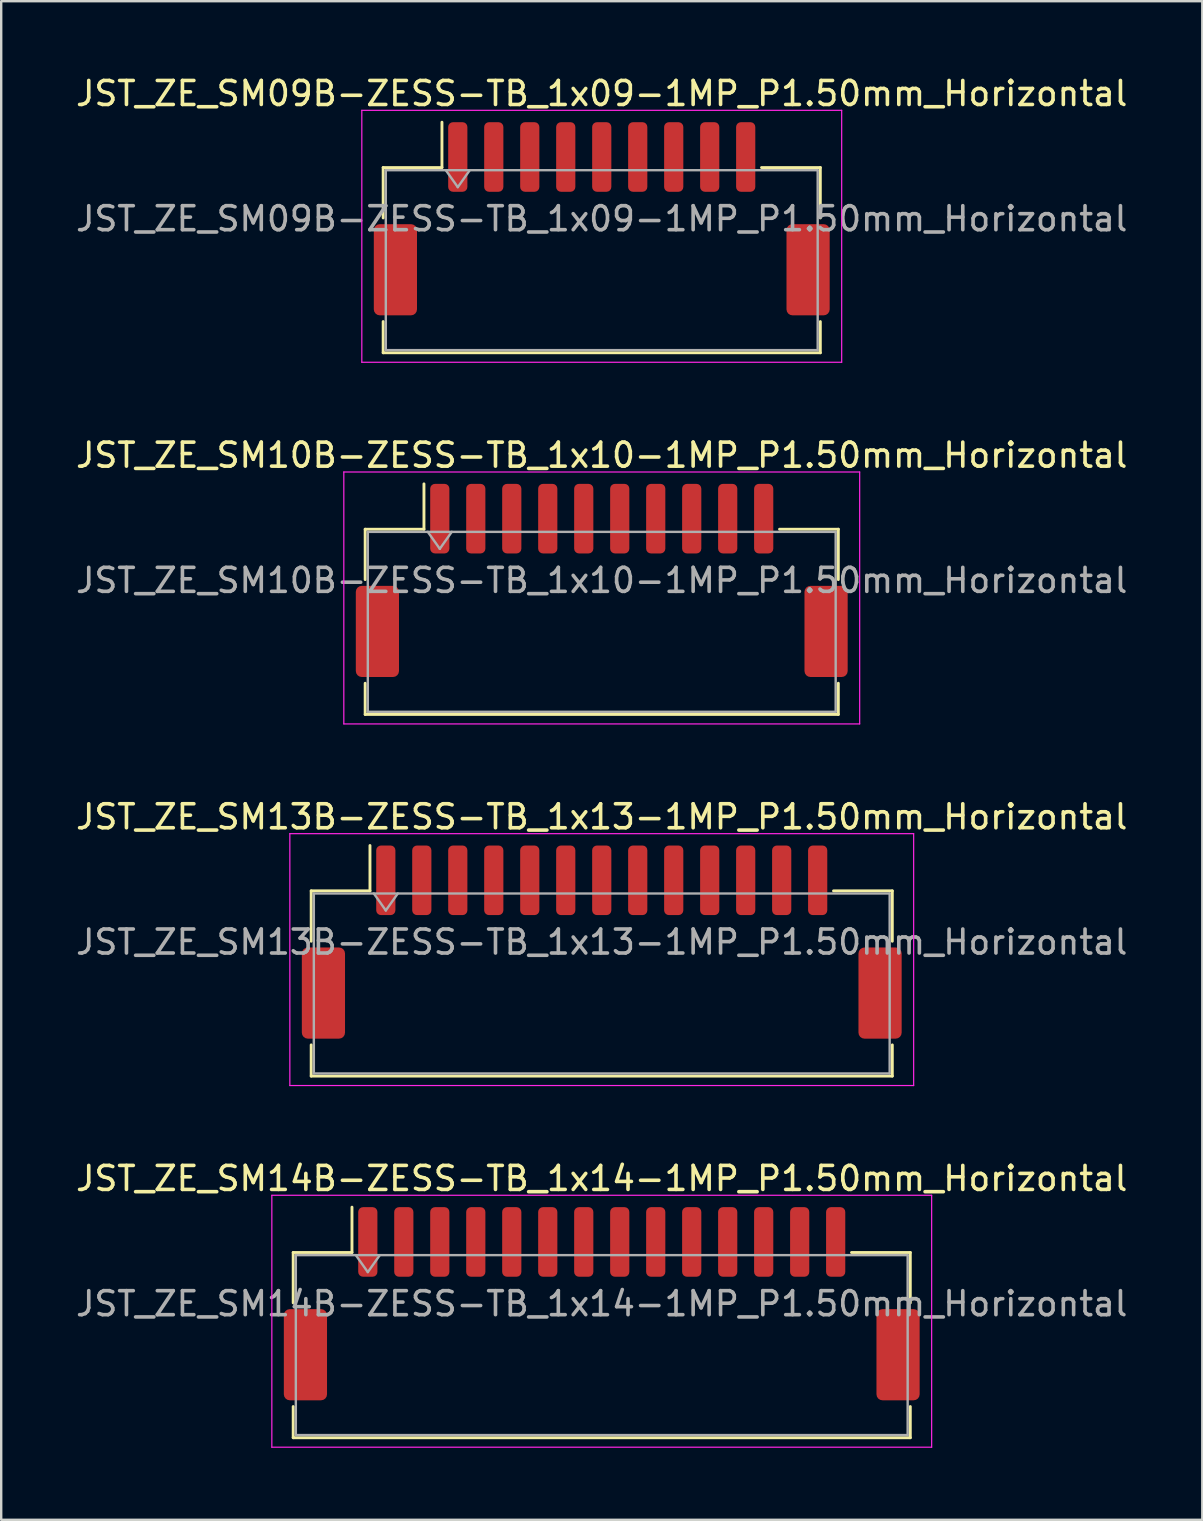
<source format=kicad_pcb>
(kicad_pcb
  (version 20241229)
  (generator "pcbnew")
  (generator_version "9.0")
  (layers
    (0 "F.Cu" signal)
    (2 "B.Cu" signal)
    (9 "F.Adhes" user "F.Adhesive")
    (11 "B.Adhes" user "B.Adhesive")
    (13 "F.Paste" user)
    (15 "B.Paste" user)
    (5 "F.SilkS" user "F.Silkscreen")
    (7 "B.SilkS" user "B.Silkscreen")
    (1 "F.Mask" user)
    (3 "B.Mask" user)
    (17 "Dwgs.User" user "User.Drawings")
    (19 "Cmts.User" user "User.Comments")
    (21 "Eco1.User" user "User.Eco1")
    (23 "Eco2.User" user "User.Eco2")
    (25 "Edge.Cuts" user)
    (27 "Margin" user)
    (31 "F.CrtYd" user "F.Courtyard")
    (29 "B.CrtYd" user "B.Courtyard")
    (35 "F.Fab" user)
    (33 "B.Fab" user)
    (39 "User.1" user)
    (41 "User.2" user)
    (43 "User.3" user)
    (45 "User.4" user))
  (footprint "JST_ZE_SM10B-ZESS-TB_1x10-1MP_P1.50mm_Horizontal"
    (layer "F.Cu")
    (at 22.03 21.142)
    (property "Reference" "JST_ZE_SM10B-ZESS-TB_1x10-1MP_P1.50mm_Horizontal" (at 0 -5.22 0) (layer "F.SilkS") (effects (font (size 1 1) (thickness 0.15))))
    (attr smd)
    (fp_line (start -9.86 -2.135) (end -7.41 -2.135) (stroke (width 0.12) (type solid)) (layer "F.SilkS"))
    (fp_line (start -9.86 -0.035) (end -9.86 -2.135) (stroke (width 0.12) (type solid)) (layer "F.SilkS"))
    (fp_line (start -9.86 4.285) (end -9.86 5.585) (stroke (width 0.12) (type solid)) (layer "F.SilkS"))
    (fp_line (start -9.86 5.585) (end 9.86 5.585) (stroke (width 0.12) (type solid)) (layer "F.SilkS"))
    (fp_line (start -7.41 -2.135) (end -7.41 -4.025) (stroke (width 0.12) (type solid)) (layer "F.SilkS"))
    (fp_line (start 9.86 -2.135) (end 7.41 -2.135) (stroke (width 0.12) (type solid)) (layer "F.SilkS"))
    (fp_line (start 9.86 -0.035) (end 9.86 -2.135) (stroke (width 0.12) (type solid)) (layer "F.SilkS"))
    (fp_line (start 9.86 5.585) (end 9.86 4.285) (stroke (width 0.12) (type solid)) (layer "F.SilkS"))
    (fp_line (start -10.75 -4.52) (end -10.75 5.98) (stroke (width 0.05) (type solid)) (layer "F.CrtYd"))
    (fp_line (start -10.75 5.98) (end 10.75 5.98) (stroke (width 0.05) (type solid)) (layer "F.CrtYd"))
    (fp_line (start 10.75 -4.52) (end -10.75 -4.52) (stroke (width 0.05) (type solid)) (layer "F.CrtYd"))
    (fp_line (start 10.75 5.98) (end 10.75 -4.52) (stroke (width 0.05) (type solid)) (layer "F.CrtYd"))
    (fp_line (start -9.75 -2.025) (end -9.75 5.475) (stroke (width 0.1) (type solid)) (layer "F.Fab"))
    (fp_line (start -9.75 -2.025) (end 9.75 -2.025) (stroke (width 0.1) (type solid)) (layer "F.Fab"))
    (fp_line (start -9.75 5.475) (end 9.75 5.475) (stroke (width 0.1) (type solid)) (layer "F.Fab"))
    (fp_line (start -7.25 -2.025) (end -6.75 -1.318) (stroke (width 0.1) (type solid)) (layer "F.Fab"))
    (fp_line (start -6.75 -1.318) (end -6.25 -2.025) (stroke (width 0.1) (type solid)) (layer "F.Fab"))
    (fp_line (start 9.75 -2.025) (end 9.75 5.475) (stroke (width 0.1) (type solid)) (layer "F.Fab"))
    (fp_text user "${REFERENCE}" (at 0 0 0) (layer "F.Fab") (effects (font (size 1 1) (thickness 0.15))))
    (pad "1" smd roundrect (at -6.75 -2.575) (size 0.8 2.9) (layers "F.Cu" "F.Mask" "F.Paste") (roundrect_rratio 0.25))
    (pad "2" smd roundrect (at -5.25 -2.575) (size 0.8 2.9) (layers "F.Cu" "F.Mask" "F.Paste") (roundrect_rratio 0.25))
    (pad "3" smd roundrect (at -3.75 -2.575) (size 0.8 2.9) (layers "F.Cu" "F.Mask" "F.Paste") (roundrect_rratio 0.25))
    (pad "4" smd roundrect (at -2.25 -2.575) (size 0.8 2.9) (layers "F.Cu" "F.Mask" "F.Paste") (roundrect_rratio 0.25))
    (pad "5" smd roundrect (at -0.75 -2.575) (size 0.8 2.9) (layers "F.Cu" "F.Mask" "F.Paste") (roundrect_rratio 0.25))
    (pad "6" smd roundrect (at 0.75 -2.575) (size 0.8 2.9) (layers "F.Cu" "F.Mask" "F.Paste") (roundrect_rratio 0.25))
    (pad "7" smd roundrect (at 2.25 -2.575) (size 0.8 2.9) (layers "F.Cu" "F.Mask" "F.Paste") (roundrect_rratio 0.25))
    (pad "8" smd roundrect (at 3.75 -2.575) (size 0.8 2.9) (layers "F.Cu" "F.Mask" "F.Paste") (roundrect_rratio 0.25))
    (pad "9" smd roundrect (at 5.25 -2.575) (size 0.8 2.9) (layers "F.Cu" "F.Mask" "F.Paste") (roundrect_rratio 0.25))
    (pad "10" smd roundrect (at 6.75 -2.575) (size 0.8 2.9) (layers "F.Cu" "F.Mask" "F.Paste") (roundrect_rratio 0.25))
    (pad "MP" smd roundrect (at -9.35 2.125) (size 1.8 3.8) (layers "F.Cu" "F.Mask" "F.Paste") (roundrect_rratio 0.139))
    (pad "MP" smd roundrect (at 9.35 2.125) (size 1.8 3.8) (layers "F.Cu" "F.Mask" "F.Paste") (roundrect_rratio 0.139)))
  (footprint "JST_ZE_SM13B-ZESS-TB_1x13-1MP_P1.50mm_Horizontal"
    (layer "F.Cu")
    (at 22.03 36.215)
    (property "Reference" "JST_ZE_SM13B-ZESS-TB_1x13-1MP_P1.50mm_Horizontal" (at 0 -5.22 0) (layer "F.SilkS") (effects (font (size 1 1) (thickness 0.15))))
    (attr smd)
    (fp_line (start -12.11 -2.135) (end -9.66 -2.135) (stroke (width 0.12) (type solid)) (layer "F.SilkS"))
    (fp_line (start -12.11 -0.035) (end -12.11 -2.135) (stroke (width 0.12) (type solid)) (layer "F.SilkS"))
    (fp_line (start -12.11 4.285) (end -12.11 5.585) (stroke (width 0.12) (type solid)) (layer "F.SilkS"))
    (fp_line (start -12.11 5.585) (end 12.11 5.585) (stroke (width 0.12) (type solid)) (layer "F.SilkS"))
    (fp_line (start -9.66 -2.135) (end -9.66 -4.025) (stroke (width 0.12) (type solid)) (layer "F.SilkS"))
    (fp_line (start 12.11 -2.135) (end 9.66 -2.135) (stroke (width 0.12) (type solid)) (layer "F.SilkS"))
    (fp_line (start 12.11 -0.035) (end 12.11 -2.135) (stroke (width 0.12) (type solid)) (layer "F.SilkS"))
    (fp_line (start 12.11 5.585) (end 12.11 4.285) (stroke (width 0.12) (type solid)) (layer "F.SilkS"))
    (fp_line (start -13 -4.52) (end -13 5.98) (stroke (width 0.05) (type solid)) (layer "F.CrtYd"))
    (fp_line (start -13 5.98) (end 13 5.98) (stroke (width 0.05) (type solid)) (layer "F.CrtYd"))
    (fp_line (start 13 -4.52) (end -13 -4.52) (stroke (width 0.05) (type solid)) (layer "F.CrtYd"))
    (fp_line (start 13 5.98) (end 13 -4.52) (stroke (width 0.05) (type solid)) (layer "F.CrtYd"))
    (fp_line (start -12 -2.025) (end -12 5.475) (stroke (width 0.1) (type solid)) (layer "F.Fab"))
    (fp_line (start -12 -2.025) (end 12 -2.025) (stroke (width 0.1) (type solid)) (layer "F.Fab"))
    (fp_line (start -12 5.475) (end 12 5.475) (stroke (width 0.1) (type solid)) (layer "F.Fab"))
    (fp_line (start -9.5 -2.025) (end -9 -1.318) (stroke (width 0.1) (type solid)) (layer "F.Fab"))
    (fp_line (start -9 -1.318) (end -8.5 -2.025) (stroke (width 0.1) (type solid)) (layer "F.Fab"))
    (fp_line (start 12 -2.025) (end 12 5.475) (stroke (width 0.1) (type solid)) (layer "F.Fab"))
    (fp_text user "${REFERENCE}" (at 0 0 0) (layer "F.Fab") (effects (font (size 1 1) (thickness 0.15))))
    (pad "1" smd roundrect (at -9 -2.575) (size 0.8 2.9) (layers "F.Cu" "F.Mask" "F.Paste") (roundrect_rratio 0.25))
    (pad "2" smd roundrect (at -7.5 -2.575) (size 0.8 2.9) (layers "F.Cu" "F.Mask" "F.Paste") (roundrect_rratio 0.25))
    (pad "3" smd roundrect (at -6 -2.575) (size 0.8 2.9) (layers "F.Cu" "F.Mask" "F.Paste") (roundrect_rratio 0.25))
    (pad "4" smd roundrect (at -4.5 -2.575) (size 0.8 2.9) (layers "F.Cu" "F.Mask" "F.Paste") (roundrect_rratio 0.25))
    (pad "5" smd roundrect (at -3 -2.575) (size 0.8 2.9) (layers "F.Cu" "F.Mask" "F.Paste") (roundrect_rratio 0.25))
    (pad "6" smd roundrect (at -1.5 -2.575) (size 0.8 2.9) (layers "F.Cu" "F.Mask" "F.Paste") (roundrect_rratio 0.25))
    (pad "7" smd roundrect (at 0 -2.575) (size 0.8 2.9) (layers "F.Cu" "F.Mask" "F.Paste") (roundrect_rratio 0.25))
    (pad "8" smd roundrect (at 1.5 -2.575) (size 0.8 2.9) (layers "F.Cu" "F.Mask" "F.Paste") (roundrect_rratio 0.25))
    (pad "9" smd roundrect (at 3 -2.575) (size 0.8 2.9) (layers "F.Cu" "F.Mask" "F.Paste") (roundrect_rratio 0.25))
    (pad "10" smd roundrect (at 4.5 -2.575) (size 0.8 2.9) (layers "F.Cu" "F.Mask" "F.Paste") (roundrect_rratio 0.25))
    (pad "11" smd roundrect (at 6 -2.575) (size 0.8 2.9) (layers "F.Cu" "F.Mask" "F.Paste") (roundrect_rratio 0.25))
    (pad "12" smd roundrect (at 7.5 -2.575) (size 0.8 2.9) (layers "F.Cu" "F.Mask" "F.Paste") (roundrect_rratio 0.25))
    (pad "13" smd roundrect (at 9 -2.575) (size 0.8 2.9) (layers "F.Cu" "F.Mask" "F.Paste") (roundrect_rratio 0.25))
    (pad "MP" smd roundrect (at -11.6 2.125) (size 1.8 3.8) (layers "F.Cu" "F.Mask" "F.Paste") (roundrect_rratio 0.139))
    (pad "MP" smd roundrect (at 11.6 2.125) (size 1.8 3.8) (layers "F.Cu" "F.Mask" "F.Paste") (roundrect_rratio 0.139)))
  (footprint "JST_ZE_SM14B-ZESS-TB_1x14-1MP_P1.50mm_Horizontal"
    (layer "F.Cu")
    (at 22.03 51.288)
    (property "Reference" "JST_ZE_SM14B-ZESS-TB_1x14-1MP_P1.50mm_Horizontal" (at 0 -5.22 0) (layer "F.SilkS") (effects (font (size 1 1) (thickness 0.15))))
    (attr smd)
    (fp_line (start -12.86 -2.135) (end -10.41 -2.135) (stroke (width 0.12) (type solid)) (layer "F.SilkS"))
    (fp_line (start -12.86 -0.035) (end -12.86 -2.135) (stroke (width 0.12) (type solid)) (layer "F.SilkS"))
    (fp_line (start -12.86 4.285) (end -12.86 5.585) (stroke (width 0.12) (type solid)) (layer "F.SilkS"))
    (fp_line (start -12.86 5.585) (end 12.86 5.585) (stroke (width 0.12) (type solid)) (layer "F.SilkS"))
    (fp_line (start -10.41 -2.135) (end -10.41 -4.025) (stroke (width 0.12) (type solid)) (layer "F.SilkS"))
    (fp_line (start 12.86 -2.135) (end 10.41 -2.135) (stroke (width 0.12) (type solid)) (layer "F.SilkS"))
    (fp_line (start 12.86 -0.035) (end 12.86 -2.135) (stroke (width 0.12) (type solid)) (layer "F.SilkS"))
    (fp_line (start 12.86 5.585) (end 12.86 4.285) (stroke (width 0.12) (type solid)) (layer "F.SilkS"))
    (fp_line (start -13.75 -4.52) (end -13.75 5.98) (stroke (width 0.05) (type solid)) (layer "F.CrtYd"))
    (fp_line (start -13.75 5.98) (end 13.75 5.98) (stroke (width 0.05) (type solid)) (layer "F.CrtYd"))
    (fp_line (start 13.75 -4.52) (end -13.75 -4.52) (stroke (width 0.05) (type solid)) (layer "F.CrtYd"))
    (fp_line (start 13.75 5.98) (end 13.75 -4.52) (stroke (width 0.05) (type solid)) (layer "F.CrtYd"))
    (fp_line (start -12.75 -2.025) (end -12.75 5.475) (stroke (width 0.1) (type solid)) (layer "F.Fab"))
    (fp_line (start -12.75 -2.025) (end 12.75 -2.025) (stroke (width 0.1) (type solid)) (layer "F.Fab"))
    (fp_line (start -12.75 5.475) (end 12.75 5.475) (stroke (width 0.1) (type solid)) (layer "F.Fab"))
    (fp_line (start -10.25 -2.025) (end -9.75 -1.318) (stroke (width 0.1) (type solid)) (layer "F.Fab"))
    (fp_line (start -9.75 -1.318) (end -9.25 -2.025) (stroke (width 0.1) (type solid)) (layer "F.Fab"))
    (fp_line (start 12.75 -2.025) (end 12.75 5.475) (stroke (width 0.1) (type solid)) (layer "F.Fab"))
    (fp_text user "${REFERENCE}" (at 0 0 0) (layer "F.Fab") (effects (font (size 1 1) (thickness 0.15))))
    (pad "1" smd roundrect (at -9.75 -2.575) (size 0.8 2.9) (layers "F.Cu" "F.Mask" "F.Paste") (roundrect_rratio 0.25))
    (pad "2" smd roundrect (at -8.25 -2.575) (size 0.8 2.9) (layers "F.Cu" "F.Mask" "F.Paste") (roundrect_rratio 0.25))
    (pad "3" smd roundrect (at -6.75 -2.575) (size 0.8 2.9) (layers "F.Cu" "F.Mask" "F.Paste") (roundrect_rratio 0.25))
    (pad "4" smd roundrect (at -5.25 -2.575) (size 0.8 2.9) (layers "F.Cu" "F.Mask" "F.Paste") (roundrect_rratio 0.25))
    (pad "5" smd roundrect (at -3.75 -2.575) (size 0.8 2.9) (layers "F.Cu" "F.Mask" "F.Paste") (roundrect_rratio 0.25))
    (pad "6" smd roundrect (at -2.25 -2.575) (size 0.8 2.9) (layers "F.Cu" "F.Mask" "F.Paste") (roundrect_rratio 0.25))
    (pad "7" smd roundrect (at -0.75 -2.575) (size 0.8 2.9) (layers "F.Cu" "F.Mask" "F.Paste") (roundrect_rratio 0.25))
    (pad "8" smd roundrect (at 0.75 -2.575) (size 0.8 2.9) (layers "F.Cu" "F.Mask" "F.Paste") (roundrect_rratio 0.25))
    (pad "9" smd roundrect (at 2.25 -2.575) (size 0.8 2.9) (layers "F.Cu" "F.Mask" "F.Paste") (roundrect_rratio 0.25))
    (pad "10" smd roundrect (at 3.75 -2.575) (size 0.8 2.9) (layers "F.Cu" "F.Mask" "F.Paste") (roundrect_rratio 0.25))
    (pad "11" smd roundrect (at 5.25 -2.575) (size 0.8 2.9) (layers "F.Cu" "F.Mask" "F.Paste") (roundrect_rratio 0.25))
    (pad "12" smd roundrect (at 6.75 -2.575) (size 0.8 2.9) (layers "F.Cu" "F.Mask" "F.Paste") (roundrect_rratio 0.25))
    (pad "13" smd roundrect (at 8.25 -2.575) (size 0.8 2.9) (layers "F.Cu" "F.Mask" "F.Paste") (roundrect_rratio 0.25))
    (pad "14" smd roundrect (at 9.75 -2.575) (size 0.8 2.9) (layers "F.Cu" "F.Mask" "F.Paste") (roundrect_rratio 0.25))
    (pad "MP" smd roundrect (at -12.35 2.125) (size 1.8 3.8) (layers "F.Cu" "F.Mask" "F.Paste") (roundrect_rratio 0.139))
    (pad "MP" smd roundrect (at 12.35 2.125) (size 1.8 3.8) (layers "F.Cu" "F.Mask" "F.Paste") (roundrect_rratio 0.139)))
  (footprint "JST_ZE_SM09B-ZESS-TB_1x09-1MP_P1.50mm_Horizontal"
    (layer "F.Cu")
    (at 22.03 6.068)
    (property "Reference" "JST_ZE_SM09B-ZESS-TB_1x09-1MP_P1.50mm_Horizontal" (at 0 -5.22 0) (layer "F.SilkS") (effects (font (size 1 1) (thickness 0.15))))
    (attr smd)
    (fp_line (start -9.11 -2.135) (end -6.66 -2.135) (stroke (width 0.12) (type solid)) (layer "F.SilkS"))
    (fp_line (start -9.11 -0.035) (end -9.11 -2.135) (stroke (width 0.12) (type solid)) (layer "F.SilkS"))
    (fp_line (start -9.11 4.285) (end -9.11 5.585) (stroke (width 0.12) (type solid)) (layer "F.SilkS"))
    (fp_line (start -9.11 5.585) (end 9.11 5.585) (stroke (width 0.12) (type solid)) (layer "F.SilkS"))
    (fp_line (start -6.66 -2.135) (end -6.66 -4.025) (stroke (width 0.12) (type solid)) (layer "F.SilkS"))
    (fp_line (start 9.11 -2.135) (end 6.66 -2.135) (stroke (width 0.12) (type solid)) (layer "F.SilkS"))
    (fp_line (start 9.11 -0.035) (end 9.11 -2.135) (stroke (width 0.12) (type solid)) (layer "F.SilkS"))
    (fp_line (start 9.11 5.585) (end 9.11 4.285) (stroke (width 0.12) (type solid)) (layer "F.SilkS"))
    (fp_line (start -10 -4.52) (end -10 5.98) (stroke (width 0.05) (type solid)) (layer "F.CrtYd"))
    (fp_line (start -10 5.98) (end 10 5.98) (stroke (width 0.05) (type solid)) (layer "F.CrtYd"))
    (fp_line (start 10 -4.52) (end -10 -4.52) (stroke (width 0.05) (type solid)) (layer "F.CrtYd"))
    (fp_line (start 10 5.98) (end 10 -4.52) (stroke (width 0.05) (type solid)) (layer "F.CrtYd"))
    (fp_line (start -9 -2.025) (end -9 5.475) (stroke (width 0.1) (type solid)) (layer "F.Fab"))
    (fp_line (start -9 -2.025) (end 9 -2.025) (stroke (width 0.1) (type solid)) (layer "F.Fab"))
    (fp_line (start -9 5.475) (end 9 5.475) (stroke (width 0.1) (type solid)) (layer "F.Fab"))
    (fp_line (start -6.5 -2.025) (end -6 -1.318) (stroke (width 0.1) (type solid)) (layer "F.Fab"))
    (fp_line (start -6 -1.318) (end -5.5 -2.025) (stroke (width 0.1) (type solid)) (layer "F.Fab"))
    (fp_line (start 9 -2.025) (end 9 5.475) (stroke (width 0.1) (type solid)) (layer "F.Fab"))
    (fp_text user "${REFERENCE}" (at 0 0 0) (layer "F.Fab") (effects (font (size 1 1) (thickness 0.15))))
    (pad "1" smd roundrect (at -6 -2.575) (size 0.8 2.9) (layers "F.Cu" "F.Mask" "F.Paste") (roundrect_rratio 0.25))
    (pad "2" smd roundrect (at -4.5 -2.575) (size 0.8 2.9) (layers "F.Cu" "F.Mask" "F.Paste") (roundrect_rratio 0.25))
    (pad "3" smd roundrect (at -3 -2.575) (size 0.8 2.9) (layers "F.Cu" "F.Mask" "F.Paste") (roundrect_rratio 0.25))
    (pad "4" smd roundrect (at -1.5 -2.575) (size 0.8 2.9) (layers "F.Cu" "F.Mask" "F.Paste") (roundrect_rratio 0.25))
    (pad "5" smd roundrect (at 0 -2.575) (size 0.8 2.9) (layers "F.Cu" "F.Mask" "F.Paste") (roundrect_rratio 0.25))
    (pad "6" smd roundrect (at 1.5 -2.575) (size 0.8 2.9) (layers "F.Cu" "F.Mask" "F.Paste") (roundrect_rratio 0.25))
    (pad "7" smd roundrect (at 3 -2.575) (size 0.8 2.9) (layers "F.Cu" "F.Mask" "F.Paste") (roundrect_rratio 0.25))
    (pad "8" smd roundrect (at 4.5 -2.575) (size 0.8 2.9) (layers "F.Cu" "F.Mask" "F.Paste") (roundrect_rratio 0.25))
    (pad "9" smd roundrect (at 6 -2.575) (size 0.8 2.9) (layers "F.Cu" "F.Mask" "F.Paste") (roundrect_rratio 0.25))
    (pad "MP" smd roundrect (at -8.6 2.125) (size 1.8 3.8) (layers "F.Cu" "F.Mask" "F.Paste") (roundrect_rratio 0.139))
    (pad "MP" smd roundrect (at 8.6 2.125) (size 1.8 3.8) (layers "F.Cu" "F.Mask" "F.Paste") (roundrect_rratio 0.139)))
  (gr_rect
    (start -3 -3)
    (end 47.06 60.293)
    (stroke (width 0.1) (type default))
    (fill no)
    (layer "Edge.Cuts")))
</source>
